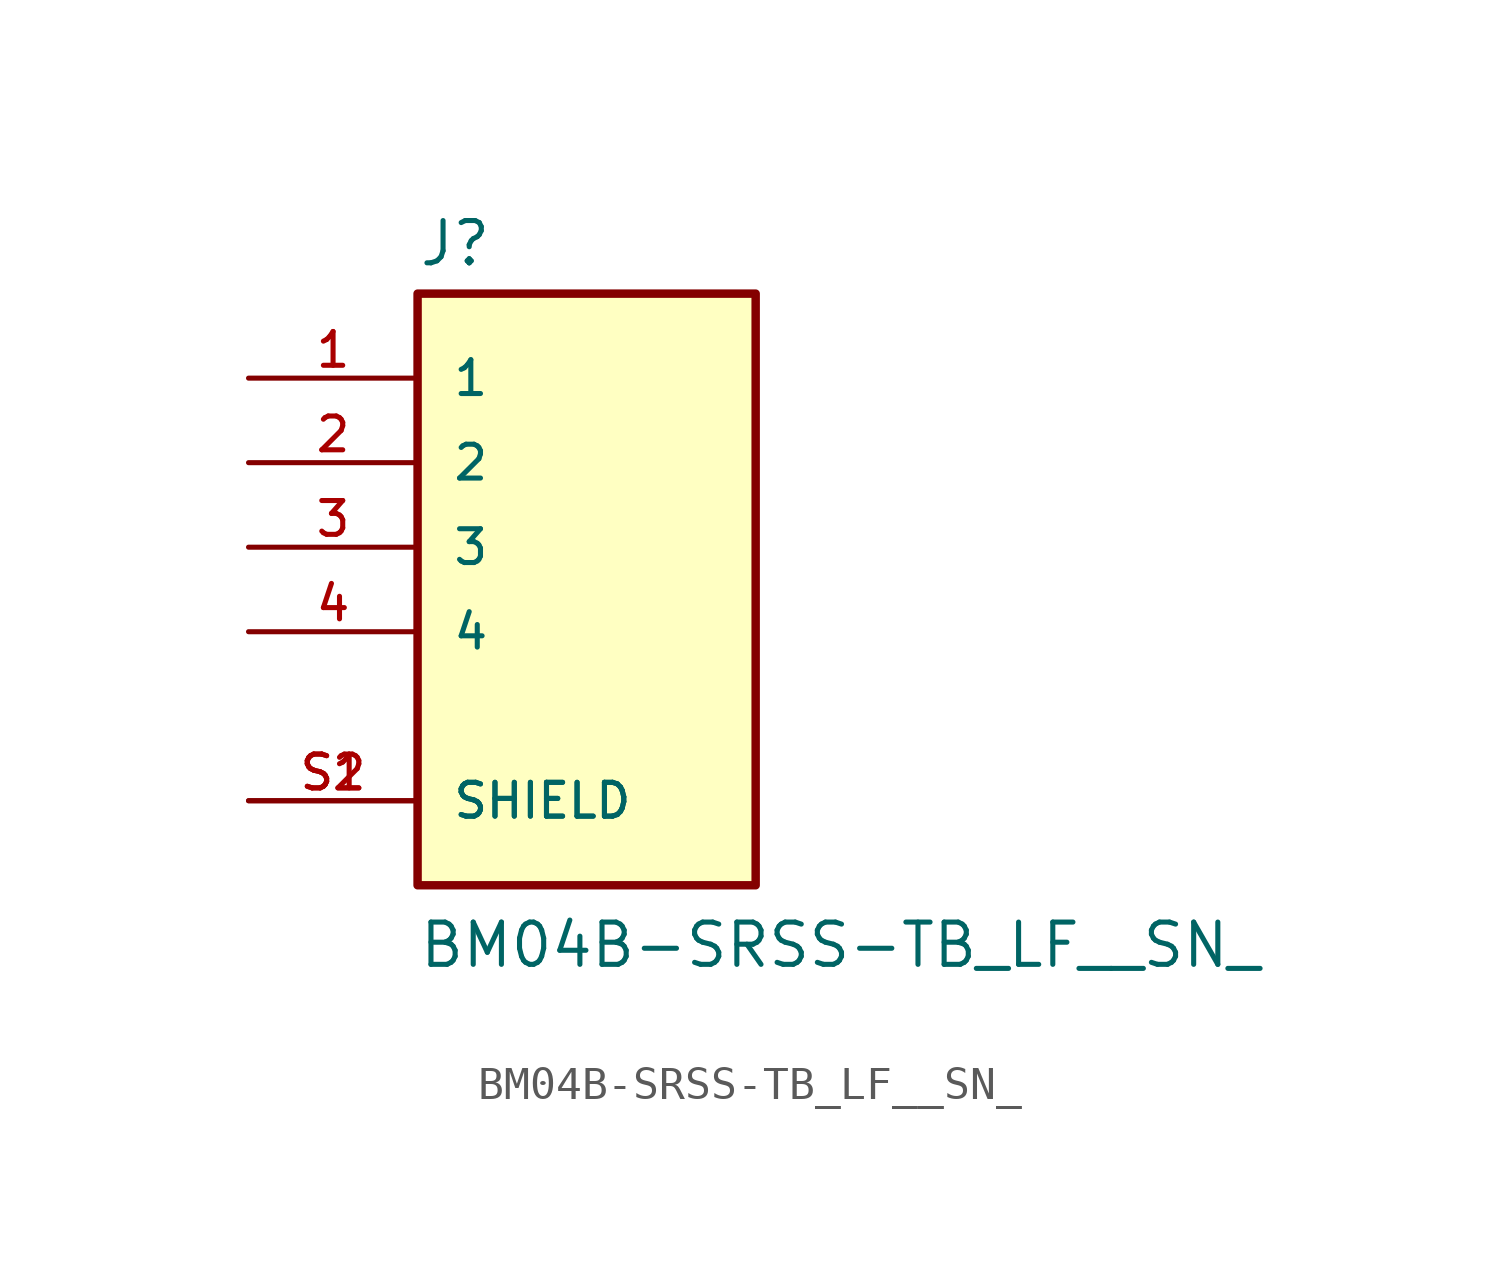
<source format=kicad_sym>
(kicad_symbol_lib
  (version 20220914)
  (generator kicad_symbol_editor)
  (symbol "BM04B-SRSS-TB_LF__SN_"
    (pin_names
      (offset 1.016))
    (property "Reference" "J"
      (at -5.08 10.922 0)
      (effects (font (size 1.27 1.27)) (justify left bottom)))
    (property "Value" "BM04B-SRSS-TB_LF__SN_"
      (at -5.08 -10.16 0)
      (effects (font (size 1.27 1.27)) (justify left bottom)))
    (symbol "BM04B-SRSS-TB_LF__SN__0_0"
      (rectangle (start -5.08 10.16) (end 5.08 -7.62) (stroke (width 0.254) (type default)) (fill (type background)))
      (pin passive line (at -10.16 7.62 0) (length 5.08) (name "1" (effects (font (size 1.016 1.016)))) (number "1" (effects (font (size 1.016 1.016)))))
      (pin passive line (at -10.16 5.08 0) (length 5.08) (name "2" (effects (font (size 1.016 1.016)))) (number "2" (effects (font (size 1.016 1.016)))))
      (pin passive line (at -10.16 2.54 0) (length 5.08) (name "3" (effects (font (size 1.016 1.016)))) (number "3" (effects (font (size 1.016 1.016)))))
      (pin passive line (at -10.16 0 0) (length 5.08) (name "4" (effects (font (size 1.016 1.016)))) (number "4" (effects (font (size 1.016 1.016)))))
      (pin passive line (at -10.16 -5.08 0) (length 5.08) (name "SHIELD" (effects (font (size 1.016 1.016)))) (number "S1" (effects (font (size 1.016 1.016)))))
      (pin passive line (at -10.16 -5.08 0) (length 5.08) (name "SHIELD" (effects (font (size 1.016 1.016)))) (number "S2" (effects (font (size 1.016 1.016))))))))
</source>
